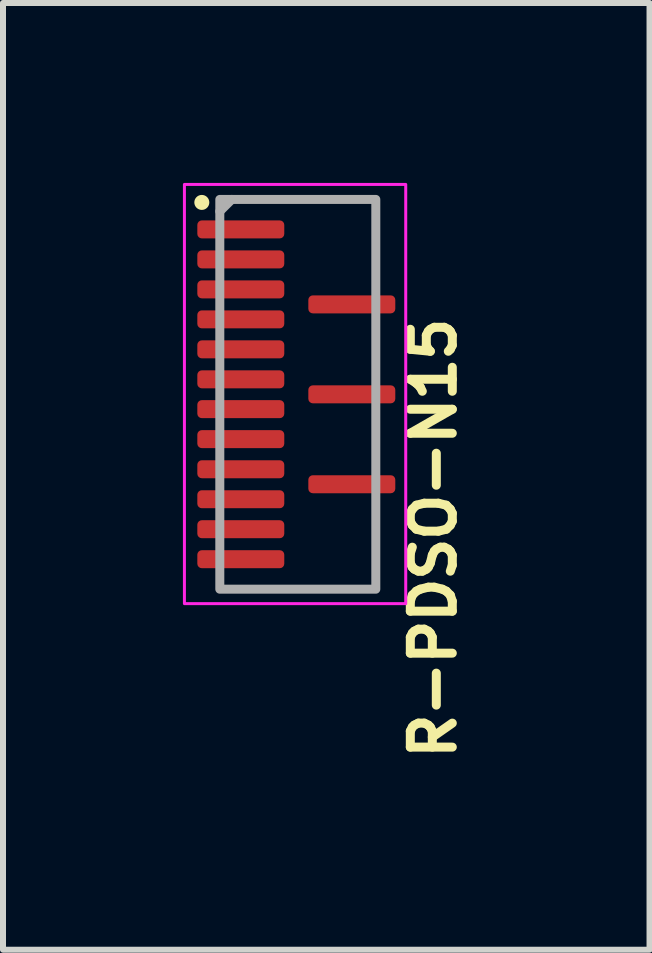
<source format=kicad_pcb>
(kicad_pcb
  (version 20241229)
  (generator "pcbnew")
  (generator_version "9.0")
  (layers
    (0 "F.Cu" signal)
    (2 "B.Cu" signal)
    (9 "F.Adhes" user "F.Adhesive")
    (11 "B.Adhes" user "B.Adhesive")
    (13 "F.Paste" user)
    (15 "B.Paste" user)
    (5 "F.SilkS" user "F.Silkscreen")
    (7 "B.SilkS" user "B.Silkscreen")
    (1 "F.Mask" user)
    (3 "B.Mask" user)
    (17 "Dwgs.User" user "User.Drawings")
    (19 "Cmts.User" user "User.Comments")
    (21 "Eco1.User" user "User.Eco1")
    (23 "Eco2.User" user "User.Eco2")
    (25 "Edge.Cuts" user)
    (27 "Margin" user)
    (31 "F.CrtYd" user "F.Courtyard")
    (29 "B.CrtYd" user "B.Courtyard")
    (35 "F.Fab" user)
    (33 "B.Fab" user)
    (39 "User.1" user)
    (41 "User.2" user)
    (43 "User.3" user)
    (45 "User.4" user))
  (footprint "R-PDSO-N15"
    (layer "F.Cu")
    (at 1.915 3.525)
    (property "Reference" "R-PDSO-N15" (at 2.67 -1.35 270) (layer "F.SilkS") (effects (font (size 0.7 0.7) (thickness 0.15)) (justify right bottom)))
    (attr smd)
    (fp_circle (center -1.6 -3.2) (end -1.6 -3.15) (stroke (width 0.15) (type solid)) (fill yes) (layer "F.SilkS"))
    (fp_rect (start 1.8 -3.5) (end -1.89 3.49) (stroke (width 0.05) (type solid)) (fill no) (layer "F.CrtYd"))
    (fp_line (start -1.3 -3.051) (end -1.1 -3.25) (stroke (width 0.15) (type solid)) (layer "F.Fab"))
    (fp_rect (start 1.301 -3.25) (end -1.3 3.249) (stroke (width 0.15) (type solid)) (fill no) (layer "F.Fab"))
    (fp_rect (start 1.301 -3.25) (end -1.3 3.249) (stroke (width 0.1) (type solid)) (fill no) (layer "User.5"))
    (fp_rect (start 1.301 -3.25) (end -1.3 3.249) (stroke (width 0.1) (type solid)) (fill no) (layer "User.5"))
    (fp_line (start -1.3 -2.9) (end -1.28 -2.9) (stroke (width 0.02) (type solid)) (layer "User.9"))
    (fp_line (start -1.3 -2.601) (end -1.3 -2.9) (stroke (width 0.02) (type solid)) (layer "User.9"))
    (fp_line (start -1.3 -2.4) (end -1.3 -2.101) (stroke (width 0.02) (type solid)) (layer "User.9"))
    (fp_line (start -1.3 -2.101) (end -1.28 -2.101) (stroke (width 0.02) (type solid)) (layer "User.9"))
    (fp_line (start -1.3 -1.901) (end -1.3 -1.601) (stroke (width 0.02) (type solid)) (layer "User.9"))
    (fp_line (start -1.3 -1.601) (end -1.28 -1.601) (stroke (width 0.02) (type solid)) (layer "User.9"))
    (fp_line (start -1.3 -1.401) (end -1.3 -1.101) (stroke (width 0.02) (type solid)) (layer "User.9"))
    (fp_line (start -1.3 -1.101) (end -1.28 -1.101) (stroke (width 0.02) (type solid)) (layer "User.9"))
    (fp_line (start -1.3 -0.903) (end -1.3 -0.601) (stroke (width 0.02) (type solid)) (layer "User.9"))
    (fp_line (start -1.3 -0.601) (end -1.28 -0.601) (stroke (width 0.02) (type solid)) (layer "User.9"))
    (fp_line (start -1.3 -0.403) (end -1.3 -0.103) (stroke (width 0.02) (type solid)) (layer "User.9"))
    (fp_line (start -1.3 -0.103) (end -1.28 -0.103) (stroke (width 0.02) (type solid)) (layer "User.9"))
    (fp_line (start -1.3 0.099) (end -1.3 0.399) (stroke (width 0.02) (type solid)) (layer "User.9"))
    (fp_line (start -1.3 0.399) (end -1.28 0.399) (stroke (width 0.02) (type solid)) (layer "User.9"))
    (fp_line (start -1.3 0.598) (end -1.3 0.9) (stroke (width 0.02) (type solid)) (layer "User.9"))
    (fp_line (start -1.3 0.9) (end -1.28 0.9) (stroke (width 0.02) (type solid)) (layer "User.9"))
    (fp_line (start -1.3 1.1) (end -1.3 1.398) (stroke (width 0.02) (type solid)) (layer "User.9"))
    (fp_line (start -1.3 1.398) (end -1.28 1.398) (stroke (width 0.02) (type solid)) (layer "User.9"))
    (fp_line (start -1.3 1.6) (end -1.3 1.898) (stroke (width 0.02) (type solid)) (layer "User.9"))
    (fp_line (start -1.3 1.898) (end -1.28 1.898) (stroke (width 0.02) (type solid)) (layer "User.9"))
    (fp_line (start -1.3 2.1) (end -1.3 2.398) (stroke (width 0.02) (type solid)) (layer "User.9"))
    (fp_line (start -1.3 2.398) (end -1.28 2.398) (stroke (width 0.02) (type solid)) (layer "User.9"))
    (fp_line (start -1.3 2.6) (end -1.3 2.898) (stroke (width 0.02) (type solid)) (layer "User.9"))
    (fp_line (start -1.3 2.898) (end -1.28 2.898) (stroke (width 0.02) (type solid)) (layer "User.9"))
    (fp_line (start -1.28 -3.25) (end 1.281 -3.25) (stroke (width 0.02) (type solid)) (layer "User.9"))
    (fp_line (start -1.28 -2.601) (end -1.3 -2.601) (stroke (width 0.02) (type solid)) (layer "User.9"))
    (fp_line (start -1.28 -2.4) (end -1.3 -2.4) (stroke (width 0.02) (type solid)) (layer "User.9"))
    (fp_line (start -1.28 -1.901) (end -1.3 -1.901) (stroke (width 0.02) (type solid)) (layer "User.9"))
    (fp_line (start -1.28 -1.401) (end -1.3 -1.401) (stroke (width 0.02) (type solid)) (layer "User.9"))
    (fp_line (start -1.28 -0.903) (end -1.3 -0.903) (stroke (width 0.02) (type solid)) (layer "User.9"))
    (fp_line (start -1.28 -0.403) (end -1.3 -0.403) (stroke (width 0.02) (type solid)) (layer "User.9"))
    (fp_line (start -1.28 0.099) (end -1.3 0.099) (stroke (width 0.02) (type solid)) (layer "User.9"))
    (fp_line (start -1.28 0.598) (end -1.3 0.598) (stroke (width 0.02) (type solid)) (layer "User.9"))
    (fp_line (start -1.28 1.1) (end -1.3 1.1) (stroke (width 0.02) (type solid)) (layer "User.9"))
    (fp_line (start -1.28 1.6) (end -1.3 1.6) (stroke (width 0.02) (type solid)) (layer "User.9"))
    (fp_line (start -1.28 2.1) (end -1.3 2.1) (stroke (width 0.02) (type solid)) (layer "User.9"))
    (fp_line (start -1.28 2.6) (end -1.3 2.6) (stroke (width 0.02) (type solid)) (layer "User.9"))
    (fp_line (start -1.28 3.249) (end -1.28 -3.25) (stroke (width 0.02) (type solid)) (layer "User.9"))
    (fp_line (start -0.998 -2.75) (end -0.997 -2.763) (stroke (width 0.02) (type solid)) (layer "User.9"))
    (fp_line (start -0.997 -2.763) (end -0.996 -2.778) (stroke (width 0.02) (type solid)) (layer "User.9"))
    (fp_line (start -0.997 -2.738) (end -0.998 -2.75) (stroke (width 0.02) (type solid)) (layer "User.9"))
    (fp_line (start -0.996 -2.778) (end -0.994 -2.79) (stroke (width 0.02) (type solid)) (layer "User.9"))
    (fp_line (start -0.996 -2.726) (end -0.997 -2.738) (stroke (width 0.02) (type solid)) (layer "User.9"))
    (fp_line (start -0.994 -2.79) (end -0.991 -2.802) (stroke (width 0.02) (type solid)) (layer "User.9"))
    (fp_line (start -0.994 -2.714) (end -0.996 -2.726) (stroke (width 0.02) (type solid)) (layer "User.9"))
    (fp_line (start -0.991 -2.802) (end -0.987 -2.814) (stroke (width 0.02) (type solid)) (layer "User.9"))
    (fp_line (start -0.991 -2.699) (end -0.994 -2.714) (stroke (width 0.02) (type solid)) (layer "User.9"))
    (fp_line (start -0.987 -2.814) (end -0.982 -2.827) (stroke (width 0.02) (type solid)) (layer "User.9"))
    (fp_line (start -0.987 -2.689) (end -0.991 -2.699) (stroke (width 0.02) (type solid)) (layer "User.9"))
    (fp_line (start -0.982 -2.827) (end -0.977 -2.839) (stroke (width 0.02) (type solid)) (layer "User.9"))
    (fp_line (start -0.982 -2.674) (end -0.987 -2.689) (stroke (width 0.02) (type solid)) (layer "User.9"))
    (fp_line (start -0.977 -2.839) (end -0.971 -2.851) (stroke (width 0.02) (type solid)) (layer "User.9"))
    (fp_line (start -0.977 -2.662) (end -0.982 -2.674) (stroke (width 0.02) (type solid)) (layer "User.9"))
    (fp_line (start -0.971 -2.851) (end -0.971 -2.851) (stroke (width 0.02) (type solid)) (layer "User.9"))
    (fp_line (start -0.971 -2.851) (end -0.967 -2.856) (stroke (width 0.02) (type solid)) (layer "User.9"))
    (fp_line (start -0.971 -2.65) (end -0.977 -2.662) (stroke (width 0.02) (type solid)) (layer "User.9"))
    (fp_line (start -0.971 -2.65) (end -0.971 -2.65) (stroke (width 0.02) (type solid)) (layer "User.9"))
    (fp_line (start -0.967 -2.856) (end -0.964 -2.863) (stroke (width 0.02) (type solid)) (layer "User.9"))
    (fp_line (start -0.964 -2.863) (end -0.96 -2.867) (stroke (width 0.02) (type solid)) (layer "User.9"))
    (fp_line (start -0.964 -2.641) (end -0.971 -2.65) (stroke (width 0.02) (type solid)) (layer "User.9"))
    (fp_line (start -0.96 -2.867) (end -0.958 -2.875) (stroke (width 0.02) (type solid)) (layer "User.9"))
    (fp_line (start -0.958 -2.875) (end -0.954 -2.879) (stroke (width 0.02) (type solid)) (layer "User.9"))
    (fp_line (start -0.958 -2.629) (end -0.964 -2.641) (stroke (width 0.02) (type solid)) (layer "User.9"))
    (fp_line (start -0.954 -2.879) (end -0.95 -2.883) (stroke (width 0.02) (type solid)) (layer "User.9"))
    (fp_line (start -0.95 -2.883) (end -0.945 -2.888) (stroke (width 0.02) (type solid)) (layer "User.9"))
    (fp_line (start -0.95 -2.618) (end -0.958 -2.629) (stroke (width 0.02) (type solid)) (layer "User.9"))
    (fp_line (start -0.945 -2.888) (end -0.941 -2.892) (stroke (width 0.02) (type solid)) (layer "User.9"))
    (fp_line (start -0.941 -2.892) (end -0.936 -2.899) (stroke (width 0.02) (type solid)) (layer "User.9"))
    (fp_line (start -0.941 -2.609) (end -0.95 -2.618) (stroke (width 0.02) (type solid)) (layer "User.9"))
    (fp_line (start -0.936 -2.899) (end -0.931 -2.903) (stroke (width 0.02) (type solid)) (layer "User.9"))
    (fp_line (start -0.931 -2.903) (end -0.926 -2.907) (stroke (width 0.02) (type solid)) (layer "User.9"))
    (fp_line (start -0.931 -2.601) (end -0.941 -2.609) (stroke (width 0.02) (type solid)) (layer "User.9"))
    (fp_line (start -0.926 -2.907) (end -0.921 -2.911) (stroke (width 0.02) (type solid)) (layer "User.9"))
    (fp_line (start -0.921 -2.911) (end -0.916 -2.915) (stroke (width 0.02) (type solid)) (layer "User.9"))
    (fp_line (start -0.921 -2.593) (end -0.931 -2.601) (stroke (width 0.02) (type solid)) (layer "User.9"))
    (fp_line (start -0.916 -2.915) (end -0.91 -2.919) (stroke (width 0.02) (type solid)) (layer "User.9"))
    (fp_line (start -0.91 -2.919) (end -0.905 -2.92) (stroke (width 0.02) (type solid)) (layer "User.9"))
    (fp_line (start -0.91 -2.585) (end -0.921 -2.593) (stroke (width 0.02) (type solid)) (layer "User.9"))
    (fp_line (start -0.905 -2.92) (end -0.9 -2.924) (stroke (width 0.02) (type solid)) (layer "User.9"))
    (fp_line (start -0.9 -2.924) (end -0.892 -2.927) (stroke (width 0.02) (type solid)) (layer "User.9"))
    (fp_line (start -0.9 -2.577) (end -0.91 -2.585) (stroke (width 0.02) (type solid)) (layer "User.9"))
    (fp_line (start -0.892 -2.927) (end -0.886 -2.931) (stroke (width 0.02) (type solid)) (layer "User.9"))
    (fp_line (start -0.886 -2.931) (end -0.88 -2.935) (stroke (width 0.02) (type solid)) (layer "User.9"))
    (fp_line (start -0.886 -2.573) (end -0.9 -2.577) (stroke (width 0.02) (type solid)) (layer "User.9"))
    (fp_line (start -0.88 -2.935) (end -0.874 -2.935) (stroke (width 0.02) (type solid)) (layer "User.9"))
    (fp_line (start -0.874 -2.935) (end -0.868 -2.939) (stroke (width 0.02) (type solid)) (layer "User.9"))
    (fp_line (start -0.874 -2.566) (end -0.886 -2.573) (stroke (width 0.02) (type solid)) (layer "User.9"))
    (fp_line (start -0.868 -2.939) (end -0.862 -2.94) (stroke (width 0.02) (type solid)) (layer "User.9"))
    (fp_line (start -0.862 -2.94) (end -0.856 -2.943) (stroke (width 0.02) (type solid)) (layer "User.9"))
    (fp_line (start -0.862 -2.561) (end -0.874 -2.566) (stroke (width 0.02) (type solid)) (layer "User.9"))
    (fp_line (start -0.856 -2.943) (end -0.85 -2.944) (stroke (width 0.02) (type solid)) (layer "User.9"))
    (fp_line (start -0.85 -2.944) (end -0.843 -2.945) (stroke (width 0.02) (type solid)) (layer "User.9"))
    (fp_line (start -0.85 -2.557) (end -0.862 -2.561) (stroke (width 0.02) (type solid)) (layer "User.9"))
    (fp_line (start -0.843 -2.945) (end -0.837 -2.948) (stroke (width 0.02) (type solid)) (layer "User.9"))
    (fp_line (start -0.837 -2.948) (end -0.832 -2.948) (stroke (width 0.02) (type solid)) (layer "User.9"))
    (fp_line (start -0.837 -2.556) (end -0.85 -2.557) (stroke (width 0.02) (type solid)) (layer "User.9"))
    (fp_line (start -0.832 -2.948) (end -0.826 -2.949) (stroke (width 0.02) (type solid)) (layer "User.9"))
    (fp_line (start -0.826 -2.949) (end -0.819 -2.952) (stroke (width 0.02) (type solid)) (layer "User.9"))
    (fp_line (start -0.826 -2.552) (end -0.837 -2.556) (stroke (width 0.02) (type solid)) (layer "User.9"))
    (fp_line (start -0.819 -2.952) (end -0.813 -2.952) (stroke (width 0.02) (type solid)) (layer "User.9"))
    (fp_line (start -0.813 -2.952) (end -0.806 -2.952) (stroke (width 0.02) (type solid)) (layer "User.9"))
    (fp_line (start -0.813 -2.552) (end -0.826 -2.552) (stroke (width 0.02) (type solid)) (layer "User.9"))
    (fp_line (start -0.806 -2.952) (end -0.8 -2.952) (stroke (width 0.02) (type solid)) (layer "User.9"))
    (fp_line (start -0.8 -2.952) (end -0.786 -2.952) (stroke (width 0.02) (type solid)) (layer "User.9"))
    (fp_line (start -0.8 -2.552) (end -0.813 -2.552) (stroke (width 0.02) (type solid)) (layer "User.9"))
    (fp_line (start -0.793 -2.552) (end -0.8 -2.552) (stroke (width 0.02) (type solid)) (layer "User.9"))
    (fp_line (start -0.786 -2.952) (end -0.773 -2.949) (stroke (width 0.02) (type solid)) (layer "User.9"))
    (fp_line (start -0.786 -2.552) (end -0.793 -2.552) (stroke (width 0.02) (type solid)) (layer "User.9"))
    (fp_line (start -0.78 -2.552) (end -0.786 -2.552) (stroke (width 0.02) (type solid)) (layer "User.9"))
    (fp_line (start -0.773 -2.949) (end -0.758 -2.948) (stroke (width 0.02) (type solid)) (layer "User.9"))
    (fp_line (start -0.773 -2.552) (end -0.78 -2.552) (stroke (width 0.02) (type solid)) (layer "User.9"))
    (fp_line (start -0.764 -2.553) (end -0.773 -2.552) (stroke (width 0.02) (type solid)) (layer "User.9"))
    (fp_line (start -0.758 -2.948) (end -0.745 -2.944) (stroke (width 0.02) (type solid)) (layer "User.9"))
    (fp_line (start -0.758 -2.556) (end -0.764 -2.553) (stroke (width 0.02) (type solid)) (layer "User.9"))
    (fp_line (start -0.752 -2.556) (end -0.758 -2.556) (stroke (width 0.02) (type solid)) (layer "User.9"))
    (fp_line (start -0.745 -2.944) (end -0.733 -2.94) (stroke (width 0.02) (type solid)) (layer "User.9"))
    (fp_line (start -0.745 -2.557) (end -0.752 -2.556) (stroke (width 0.02) (type solid)) (layer "User.9"))
    (fp_line (start -0.739 -2.56) (end -0.745 -2.557) (stroke (width 0.02) (type solid)) (layer "User.9"))
    (fp_line (start -0.733 -2.94) (end -0.721 -2.935) (stroke (width 0.02) (type solid)) (layer "User.9"))
    (fp_line (start -0.733 -2.561) (end -0.739 -2.56) (stroke (width 0.02) (type solid)) (layer "User.9"))
    (fp_line (start -0.727 -2.565) (end -0.733 -2.561) (stroke (width 0.02) (type solid)) (layer "User.9"))
    (fp_line (start -0.721 -2.935) (end -0.709 -2.931) (stroke (width 0.02) (type solid)) (layer "User.9"))
    (fp_line (start -0.721 -2.566) (end -0.727 -2.565) (stroke (width 0.02) (type solid)) (layer "User.9"))
    (fp_line (start -0.715 -2.569) (end -0.721 -2.566) (stroke (width 0.02) (type solid)) (layer "User.9"))
    (fp_line (start -0.709 -2.931) (end -0.7 -2.924) (stroke (width 0.02) (type solid)) (layer "User.9"))
    (fp_line (start -0.709 -2.573) (end -0.715 -2.569) (stroke (width 0.02) (type solid)) (layer "User.9"))
    (fp_line (start -0.703 -2.574) (end -0.709 -2.573) (stroke (width 0.02) (type solid)) (layer "User.9"))
    (fp_line (start -0.7 -2.924) (end -0.689 -2.919) (stroke (width 0.02) (type solid)) (layer "User.9"))
    (fp_line (start -0.7 -2.577) (end -0.703 -2.574) (stroke (width 0.02) (type solid)) (layer "User.9"))
    (fp_line (start -0.694 -2.581) (end -0.7 -2.577) (stroke (width 0.02) (type solid)) (layer "User.9"))
    (fp_line (start -0.689 -2.919) (end -0.678 -2.911) (stroke (width 0.02) (type solid)) (layer "User.9"))
    (fp_line (start -0.689 -2.585) (end -0.694 -2.581) (stroke (width 0.02) (type solid)) (layer "User.9"))
    (fp_line (start -0.683 -2.589) (end -0.689 -2.585) (stroke (width 0.02) (type solid)) (layer "User.9"))
    (fp_line (start -0.678 -2.911) (end -0.668 -2.903) (stroke (width 0.02) (type solid)) (layer "User.9"))
    (fp_line (start -0.678 -2.593) (end -0.683 -2.589) (stroke (width 0.02) (type solid)) (layer "User.9"))
    (fp_line (start -0.673 -2.597) (end -0.678 -2.593) (stroke (width 0.02) (type solid)) (layer "User.9"))
    (fp_line (start -0.668 -2.903) (end -0.658 -2.892) (stroke (width 0.02) (type solid)) (layer "User.9"))
    (fp_line (start -0.668 -2.601) (end -0.673 -2.597) (stroke (width 0.02) (type solid)) (layer "User.9"))
    (fp_line (start -0.663 -2.605) (end -0.668 -2.601) (stroke (width 0.02) (type solid)) (layer "User.9"))
    (fp_line (start -0.658 -2.892) (end -0.649 -2.883) (stroke (width 0.02) (type solid)) (layer "User.9"))
    (fp_line (start -0.658 -2.609) (end -0.663 -2.605) (stroke (width 0.02) (type solid)) (layer "User.9"))
    (fp_line (start -0.654 -2.613) (end -0.658 -2.609) (stroke (width 0.02) (type solid)) (layer "User.9"))
    (fp_line (start -0.649 -2.883) (end -0.641 -2.875) (stroke (width 0.02) (type solid)) (layer "User.9"))
    (fp_line (start -0.649 -2.618) (end -0.654 -2.613) (stroke (width 0.02) (type solid)) (layer "User.9"))
    (fp_line (start -0.645 -2.625) (end -0.649 -2.618) (stroke (width 0.02) (type solid)) (layer "User.9"))
    (fp_line (start -0.641 -2.875) (end -0.631 -2.863) (stroke (width 0.02) (type solid)) (layer "User.9"))
    (fp_line (start -0.641 -2.629) (end -0.645 -2.625) (stroke (width 0.02) (type solid)) (layer "User.9"))
    (fp_line (start -0.635 -2.634) (end -0.641 -2.629) (stroke (width 0.02) (type solid)) (layer "User.9"))
    (fp_line (start -0.631 -2.863) (end -0.624 -2.851) (stroke (width 0.02) (type solid)) (layer "User.9"))
    (fp_line (start -0.631 -2.641) (end -0.635 -2.634) (stroke (width 0.02) (type solid)) (layer "User.9"))
    (fp_line (start -0.628 -2.645) (end -0.631 -2.641) (stroke (width 0.02) (type solid)) (layer "User.9"))
    (fp_line (start -0.624 -2.851) (end -0.624 -2.851) (stroke (width 0.02) (type solid)) (layer "User.9"))
    (fp_line (start -0.624 -2.851) (end -0.618 -2.839) (stroke (width 0.02) (type solid)) (layer "User.9"))
    (fp_line (start -0.624 -2.65) (end -0.628 -2.645) (stroke (width 0.02) (type solid)) (layer "User.9"))
    (fp_line (start -0.624 -2.65) (end -0.624 -2.65) (stroke (width 0.02) (type solid)) (layer "User.9"))
    (fp_line (start -0.618 -2.839) (end -0.613 -2.827) (stroke (width 0.02) (type solid)) (layer "User.9"))
    (fp_line (start -0.618 -2.662) (end -0.624 -2.65) (stroke (width 0.02) (type solid)) (layer "User.9"))
    (fp_line (start -0.613 -2.827) (end -0.608 -2.814) (stroke (width 0.02) (type solid)) (layer "User.9"))
    (fp_line (start -0.613 -2.674) (end -0.618 -2.662) (stroke (width 0.02) (type solid)) (layer "User.9"))
    (fp_line (start -0.608 -2.814) (end -0.604 -2.802) (stroke (width 0.02) (type solid)) (layer "User.9"))
    (fp_line (start -0.608 -2.689) (end -0.613 -2.674) (stroke (width 0.02) (type solid)) (layer "User.9"))
    (fp_line (start -0.604 -2.802) (end -0.601 -2.79) (stroke (width 0.02) (type solid)) (layer "User.9"))
    (fp_line (start -0.604 -2.699) (end -0.608 -2.689) (stroke (width 0.02) (type solid)) (layer "User.9"))
    (fp_line (start -0.601 -2.79) (end -0.599 -2.778) (stroke (width 0.02) (type solid)) (layer "User.9"))
    (fp_line (start -0.601 -2.714) (end -0.604 -2.699) (stroke (width 0.02) (type solid)) (layer "User.9"))
    (fp_line (start -0.599 -2.778) (end -0.598 -2.763) (stroke (width 0.02) (type solid)) (layer "User.9"))
    (fp_line (start -0.599 -2.726) (end -0.601 -2.714) (stroke (width 0.02) (type solid)) (layer "User.9"))
    (fp_line (start -0.598 -2.763) (end -0.598 -2.75) (stroke (width 0.02) (type solid)) (layer "User.9"))
    (fp_line (start -0.598 -2.75) (end -0.598 -2.738) (stroke (width 0.02) (type solid)) (layer "User.9"))
    (fp_line (start -0.598 -2.738) (end -0.599 -2.726) (stroke (width 0.02) (type solid)) (layer "User.9"))
    (fp_line (start 1.281 -3.25) (end 1.281 3.249) (stroke (width 0.02) (type solid)) (layer "User.9"))
    (fp_line (start 1.281 -1.351) (end 1.301 -1.351) (stroke (width 0.02) (type solid)) (layer "User.9"))
    (fp_line (start 1.281 0.148) (end 1.301 0.148) (stroke (width 0.02) (type solid)) (layer "User.9"))
    (fp_line (start 1.281 1.648) (end 1.301 1.648) (stroke (width 0.02) (type solid)) (layer "User.9"))
    (fp_line (start 1.281 3.249) (end -1.28 3.249) (stroke (width 0.02) (type solid)) (layer "User.9"))
    (fp_line (start 1.301 -1.651) (end 1.281 -1.651) (stroke (width 0.02) (type solid)) (layer "User.9"))
    (fp_line (start 1.301 -1.351) (end 1.301 -1.651) (stroke (width 0.02) (type solid)) (layer "User.9"))
    (fp_line (start 1.301 -0.15) (end 1.281 -0.15) (stroke (width 0.02) (type solid)) (layer "User.9"))
    (fp_line (start 1.301 0.148) (end 1.301 -0.15) (stroke (width 0.02) (type solid)) (layer "User.9"))
    (fp_line (start 1.301 1.35) (end 1.281 1.35) (stroke (width 0.02) (type solid)) (layer "User.9"))
    (fp_line (start 1.301 1.648) (end 1.301 1.35) (stroke (width 0.02) (type solid)) (layer "User.9"))
    (pad "1" smd roundrect (at -0.95 -2.75 270) (size 0.3 1.45) (layers "F.Cu" "F.Mask" "F.Paste") (roundrect_rratio 0.25))
    (pad "2" smd roundrect (at -0.95 -2.25 270) (size 0.3 1.45) (layers "F.Cu" "F.Mask" "F.Paste") (roundrect_rratio 0.25))
    (pad "3" smd roundrect (at -0.95 -1.75 270) (size 0.3 1.45) (layers "F.Cu" "F.Mask" "F.Paste") (roundrect_rratio 0.25))
    (pad "4" smd roundrect (at -0.95 -1.25 270) (size 0.3 1.45) (layers "F.Cu" "F.Mask" "F.Paste") (roundrect_rratio 0.25))
    (pad "5" smd roundrect (at -0.95 -0.75 270) (size 0.3 1.45) (layers "F.Cu" "F.Mask" "F.Paste") (roundrect_rratio 0.25))
    (pad "6" smd roundrect (at -0.95 -0.25 270) (size 0.3 1.45) (layers "F.Cu" "F.Mask" "F.Paste") (roundrect_rratio 0.25))
    (pad "7" smd roundrect (at -0.95 0.247 270) (size 0.3 1.45) (layers "F.Cu" "F.Mask" "F.Paste") (roundrect_rratio 0.25))
    (pad "8" smd roundrect (at -0.95 0.747 270) (size 0.3 1.45) (layers "F.Cu" "F.Mask" "F.Paste") (roundrect_rratio 0.25))
    (pad "9" smd roundrect (at -0.95 1.249 270) (size 0.3 1.45) (layers "F.Cu" "F.Mask" "F.Paste") (roundrect_rratio 0.25))
    (pad "10" smd roundrect (at -0.95 1.749 270) (size 0.3 1.45) (layers "F.Cu" "F.Mask" "F.Paste") (roundrect_rratio 0.25))
    (pad "11" smd roundrect (at -0.95 2.249 270) (size 0.3 1.45) (layers "F.Cu" "F.Mask" "F.Paste") (roundrect_rratio 0.25))
    (pad "12" smd roundrect (at -0.95 2.749 270) (size 0.3 1.45) (layers "F.Cu" "F.Mask" "F.Paste") (roundrect_rratio 0.25))
    (pad "13" smd roundrect (at 0.901 1.499 270) (size 0.3 1.45) (layers "F.Cu" "F.Mask" "F.Paste") (roundrect_rratio 0.25))
    (pad "14" smd roundrect (at 0.901 0 270) (size 0.3 1.45) (layers "F.Cu" "F.Mask" "F.Paste") (roundrect_rratio 0.25))
    (pad "15" smd roundrect (at 0.901 -1.5 270) (size 0.3 1.45) (layers "F.Cu" "F.Mask" "F.Paste") (roundrect_rratio 0.25)))
  (gr_rect
    (start -3 -3)
    (end 7.78 12.785)
    (stroke (width 0.1) (type default))
    (fill no)
    (layer "Edge.Cuts")))
</source>
